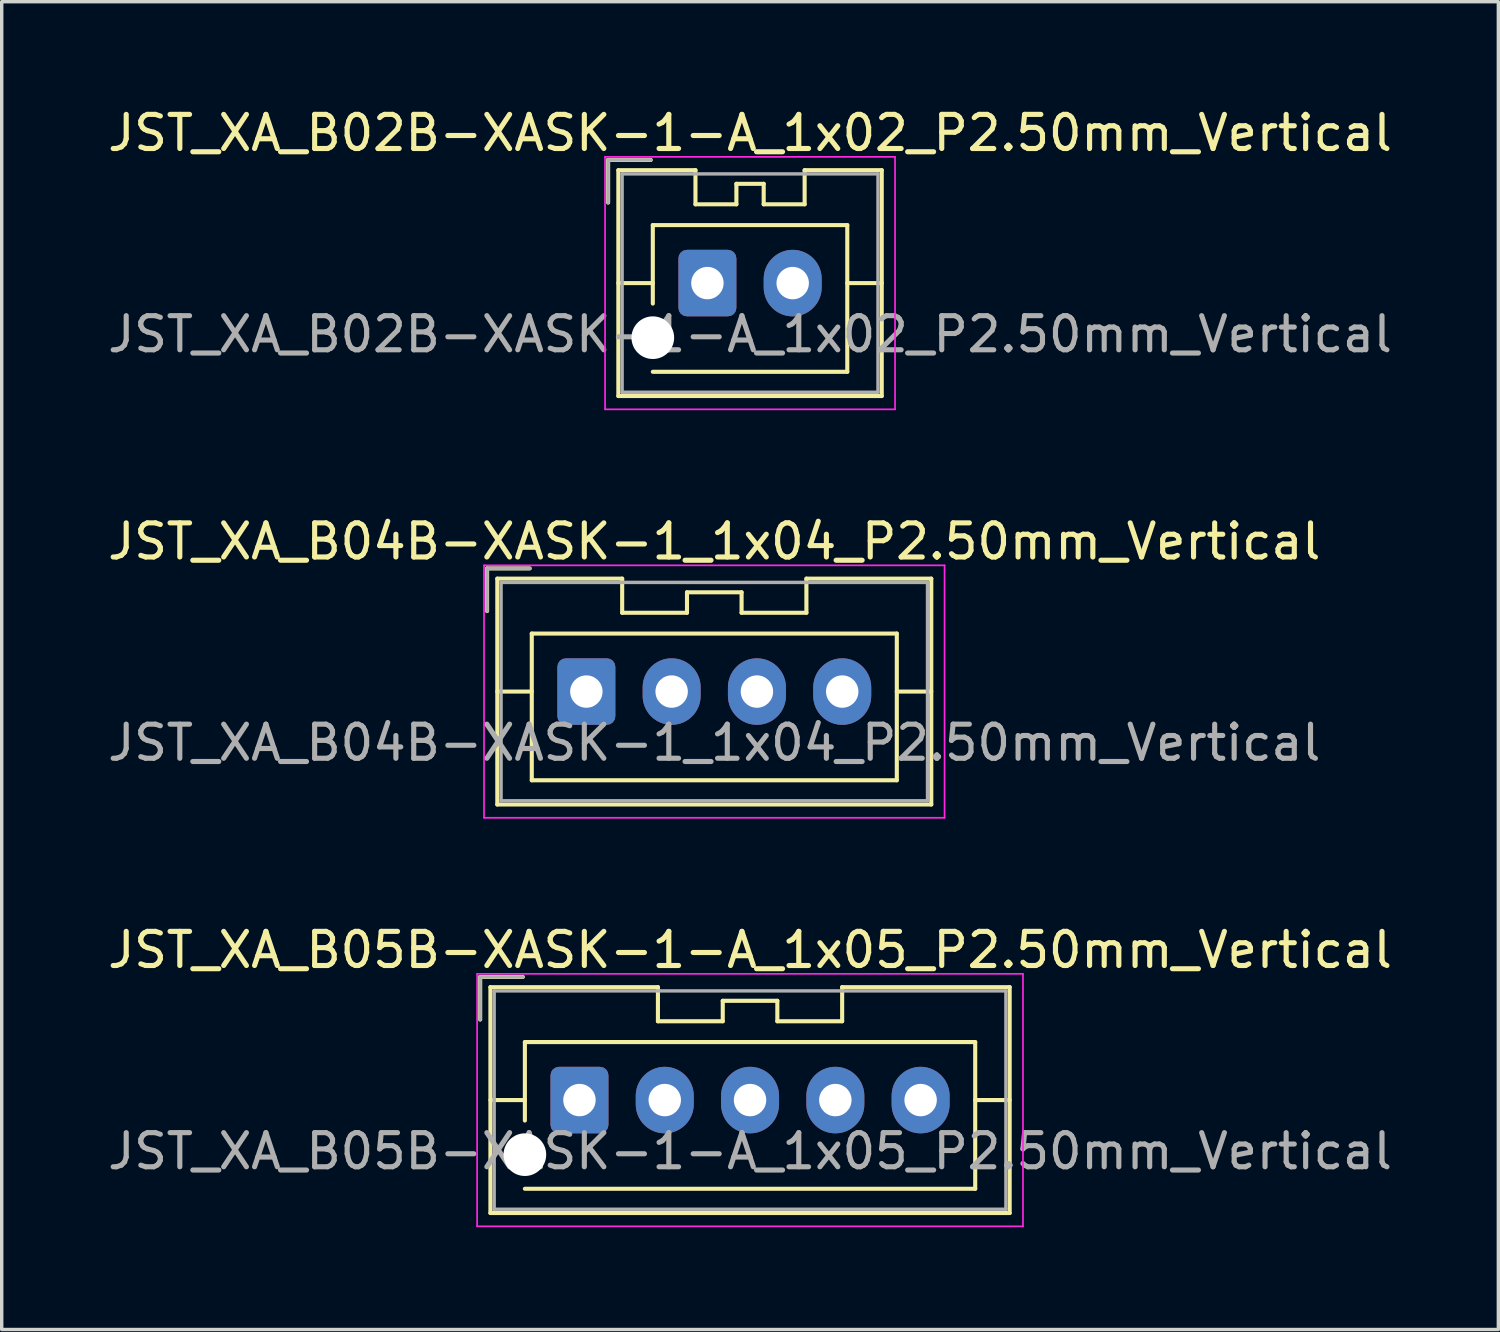
<source format=kicad_pcb>
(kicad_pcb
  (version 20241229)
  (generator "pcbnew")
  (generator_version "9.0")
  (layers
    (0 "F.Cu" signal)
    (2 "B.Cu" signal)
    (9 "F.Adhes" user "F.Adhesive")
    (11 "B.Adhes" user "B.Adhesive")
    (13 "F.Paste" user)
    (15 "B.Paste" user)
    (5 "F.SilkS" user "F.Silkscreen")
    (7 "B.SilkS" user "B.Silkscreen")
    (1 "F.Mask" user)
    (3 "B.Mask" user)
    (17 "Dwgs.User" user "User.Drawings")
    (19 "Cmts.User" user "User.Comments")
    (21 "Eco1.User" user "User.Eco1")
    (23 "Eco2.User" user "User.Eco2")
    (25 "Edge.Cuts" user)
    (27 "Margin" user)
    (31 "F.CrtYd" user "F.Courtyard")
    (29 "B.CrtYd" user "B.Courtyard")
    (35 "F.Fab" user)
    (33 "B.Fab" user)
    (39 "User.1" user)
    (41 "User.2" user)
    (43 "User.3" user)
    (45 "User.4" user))
  (footprint "JST_XA_B05B-XASK-1-A_1x05_P2.50mm_Vertical"
    (layer "F.Cu")
    (at 13.935 29.195)
    (property "Reference" "JST_XA_B05B-XASK-1-A_1x05_P2.50mm_Vertical" (at 5 -4.4 0) (layer "F.SilkS") (effects (font (size 1 1) (thickness 0.15))))
    (attr through_hole)
    (fp_line (start -2.91 -3.61) (end -2.91 -2.36) (stroke (width 0.12) (type solid)) (layer "F.SilkS"))
    (fp_line (start -2.61 -3.31) (end -2.61 3.31) (stroke (width 0.12) (type solid)) (layer "F.SilkS"))
    (fp_line (start -2.61 0) (end -1.6 0) (stroke (width 0.12) (type solid)) (layer "F.SilkS"))
    (fp_line (start -2.61 3.31) (end 12.61 3.31) (stroke (width 0.12) (type solid)) (layer "F.SilkS"))
    (fp_line (start -1.66 -3.61) (end -2.91 -3.61) (stroke (width 0.12) (type solid)) (layer "F.SilkS"))
    (fp_line (start -1.6 -1.7) (end 11.6 -1.7) (stroke (width 0.12) (type solid)) (layer "F.SilkS"))
    (fp_line (start -1.6 0.6) (end -1.6 -1.7) (stroke (width 0.12) (type solid)) (layer "F.SilkS"))
    (fp_line (start 2.3 -3.31) (end -2.61 -3.31) (stroke (width 0.12) (type solid)) (layer "F.SilkS"))
    (fp_line (start 2.3 -2.31) (end 2.3 -3.31) (stroke (width 0.12) (type solid)) (layer "F.SilkS"))
    (fp_line (start 4.2 -2.91) (end 4.2 -2.31) (stroke (width 0.12) (type solid)) (layer "F.SilkS"))
    (fp_line (start 4.2 -2.31) (end 2.3 -2.31) (stroke (width 0.12) (type solid)) (layer "F.SilkS"))
    (fp_line (start 5.8 -2.91) (end 4.2 -2.91) (stroke (width 0.12) (type solid)) (layer "F.SilkS"))
    (fp_line (start 5.8 -2.31) (end 5.8 -2.91) (stroke (width 0.12) (type solid)) (layer "F.SilkS"))
    (fp_line (start 7.7 -3.31) (end 7.7 -2.31) (stroke (width 0.12) (type solid)) (layer "F.SilkS"))
    (fp_line (start 7.7 -2.31) (end 5.8 -2.31) (stroke (width 0.12) (type solid)) (layer "F.SilkS"))
    (fp_line (start 11.6 -1.7) (end 11.6 2.6) (stroke (width 0.12) (type solid)) (layer "F.SilkS"))
    (fp_line (start 11.6 2.6) (end -1.6 2.6) (stroke (width 0.12) (type solid)) (layer "F.SilkS"))
    (fp_line (start 12.61 -3.31) (end 7.7 -3.31) (stroke (width 0.12) (type solid)) (layer "F.SilkS"))
    (fp_line (start 12.61 0) (end 11.6 0) (stroke (width 0.12) (type solid)) (layer "F.SilkS"))
    (fp_line (start 12.61 3.31) (end 12.61 -3.31) (stroke (width 0.12) (type solid)) (layer "F.SilkS"))
    (fp_line (start -3 -3.7) (end -3 3.7) (stroke (width 0.05) (type solid)) (layer "F.CrtYd"))
    (fp_line (start -3 3.7) (end 13 3.7) (stroke (width 0.05) (type solid)) (layer "F.CrtYd"))
    (fp_line (start 13 -3.7) (end -3 -3.7) (stroke (width 0.05) (type solid)) (layer "F.CrtYd"))
    (fp_line (start 13 3.7) (end 13 -3.7) (stroke (width 0.05) (type solid)) (layer "F.CrtYd"))
    (fp_line (start -2.91 -3.61) (end -2.91 -2.36) (stroke (width 0.1) (type solid)) (layer "F.Fab"))
    (fp_line (start -2.5 -3.2) (end -2.5 3.2) (stroke (width 0.1) (type solid)) (layer "F.Fab"))
    (fp_line (start -2.5 3.2) (end 12.5 3.2) (stroke (width 0.1) (type solid)) (layer "F.Fab"))
    (fp_line (start -1.66 -3.61) (end -2.91 -3.61) (stroke (width 0.1) (type solid)) (layer "F.Fab"))
    (fp_line (start 12.5 -3.2) (end -2.5 -3.2) (stroke (width 0.1) (type solid)) (layer "F.Fab"))
    (fp_line (start 12.5 3.2) (end 12.5 -3.2) (stroke (width 0.1) (type solid)) (layer "F.Fab"))
    (fp_text user "${REFERENCE}" (at 5 1.5 0) (layer "F.Fab") (effects (font (size 1 1) (thickness 0.15))))
    (pad "" np_thru_hole circle (at -1.6 1.6) (size 1.25 1.25) (drill 1.25) (layers "*.Cu" "*.Mask"))
    (pad "1" thru_hole roundrect (at 0 0) (size 1.7 1.95) (drill 0.95) (layers "*.Cu" "*.Mask") (roundrect_rratio 0.147))
    (pad "2" thru_hole oval (at 2.5 0) (size 1.7 1.95) (drill 0.95) (layers "*.Cu" "*.Mask"))
    (pad "3" thru_hole oval (at 5 0) (size 1.7 1.95) (drill 0.95) (layers "*.Cu" "*.Mask"))
    (pad "4" thru_hole oval (at 7.5 0) (size 1.7 1.95) (drill 0.95) (layers "*.Cu" "*.Mask"))
    (pad "5" thru_hole oval (at 10 0) (size 1.7 1.95) (drill 0.95) (layers "*.Cu" "*.Mask")))
  (footprint "JST_XA_B04B-XASK-1_1x04_P2.50mm_Vertical"
    (layer "F.Cu")
    (at 14.137 17.221)
    (property "Reference" "JST_XA_B04B-XASK-1_1x04_P2.50mm_Vertical" (at 3.75 -4.4 0) (layer "F.SilkS") (effects (font (size 1 1) (thickness 0.15))))
    (attr through_hole)
    (fp_line (start -2.91 -3.61) (end -2.91 -2.36) (stroke (width 0.12) (type solid)) (layer "F.SilkS"))
    (fp_line (start -2.61 -3.31) (end -2.61 3.31) (stroke (width 0.12) (type solid)) (layer "F.SilkS"))
    (fp_line (start -2.61 0) (end -1.6 0) (stroke (width 0.12) (type solid)) (layer "F.SilkS"))
    (fp_line (start -2.61 3.31) (end 10.11 3.31) (stroke (width 0.12) (type solid)) (layer "F.SilkS"))
    (fp_line (start -1.66 -3.61) (end -2.91 -3.61) (stroke (width 0.12) (type solid)) (layer "F.SilkS"))
    (fp_line (start -1.6 -1.7) (end -1.6 2.6) (stroke (width 0.12) (type solid)) (layer "F.SilkS"))
    (fp_line (start -1.6 2.6) (end 9.1 2.6) (stroke (width 0.12) (type solid)) (layer "F.SilkS"))
    (fp_line (start 1.05 -3.31) (end -2.61 -3.31) (stroke (width 0.12) (type solid)) (layer "F.SilkS"))
    (fp_line (start 1.05 -2.31) (end 1.05 -3.31) (stroke (width 0.12) (type solid)) (layer "F.SilkS"))
    (fp_line (start 2.95 -2.91) (end 2.95 -2.31) (stroke (width 0.12) (type solid)) (layer "F.SilkS"))
    (fp_line (start 2.95 -2.31) (end 1.05 -2.31) (stroke (width 0.12) (type solid)) (layer "F.SilkS"))
    (fp_line (start 4.55 -2.91) (end 2.95 -2.91) (stroke (width 0.12) (type solid)) (layer "F.SilkS"))
    (fp_line (start 4.55 -2.31) (end 4.55 -2.91) (stroke (width 0.12) (type solid)) (layer "F.SilkS"))
    (fp_line (start 6.45 -3.31) (end 6.45 -2.31) (stroke (width 0.12) (type solid)) (layer "F.SilkS"))
    (fp_line (start 6.45 -2.31) (end 4.55 -2.31) (stroke (width 0.12) (type solid)) (layer "F.SilkS"))
    (fp_line (start 9.1 -1.7) (end -1.6 -1.7) (stroke (width 0.12) (type solid)) (layer "F.SilkS"))
    (fp_line (start 9.1 2.6) (end 9.1 -1.7) (stroke (width 0.12) (type solid)) (layer "F.SilkS"))
    (fp_line (start 10.11 -3.31) (end 6.45 -3.31) (stroke (width 0.12) (type solid)) (layer "F.SilkS"))
    (fp_line (start 10.11 0) (end 9.1 0) (stroke (width 0.12) (type solid)) (layer "F.SilkS"))
    (fp_line (start 10.11 3.31) (end 10.11 -3.31) (stroke (width 0.12) (type solid)) (layer "F.SilkS"))
    (fp_line (start -3 -3.7) (end -3 3.7) (stroke (width 0.05) (type solid)) (layer "F.CrtYd"))
    (fp_line (start -3 3.7) (end 10.5 3.7) (stroke (width 0.05) (type solid)) (layer "F.CrtYd"))
    (fp_line (start 10.5 -3.7) (end -3 -3.7) (stroke (width 0.05) (type solid)) (layer "F.CrtYd"))
    (fp_line (start 10.5 3.7) (end 10.5 -3.7) (stroke (width 0.05) (type solid)) (layer "F.CrtYd"))
    (fp_line (start -2.91 -3.61) (end -2.91 -2.36) (stroke (width 0.1) (type solid)) (layer "F.Fab"))
    (fp_line (start -2.5 -3.2) (end -2.5 3.2) (stroke (width 0.1) (type solid)) (layer "F.Fab"))
    (fp_line (start -2.5 3.2) (end 10 3.2) (stroke (width 0.1) (type solid)) (layer "F.Fab"))
    (fp_line (start -1.66 -3.61) (end -2.91 -3.61) (stroke (width 0.1) (type solid)) (layer "F.Fab"))
    (fp_line (start 10 -3.2) (end -2.5 -3.2) (stroke (width 0.1) (type solid)) (layer "F.Fab"))
    (fp_line (start 10 3.2) (end 10 -3.2) (stroke (width 0.1) (type solid)) (layer "F.Fab"))
    (fp_text user "${REFERENCE}" (at 3.75 1.5 0) (layer "F.Fab") (effects (font (size 1 1) (thickness 0.15))))
    (pad "1" thru_hole roundrect (at 0 0) (size 1.7 1.95) (drill 0.95) (layers "*.Cu" "*.Mask") (roundrect_rratio 0.147))
    (pad "2" thru_hole oval (at 2.5 0) (size 1.7 1.95) (drill 0.95) (layers "*.Cu" "*.Mask"))
    (pad "3" thru_hole oval (at 5 0) (size 1.7 1.95) (drill 0.95) (layers "*.Cu" "*.Mask"))
    (pad "4" thru_hole oval (at 7.5 0) (size 1.7 1.95) (drill 0.95) (layers "*.Cu" "*.Mask")))
  (footprint "JST_XA_B02B-XASK-1-A_1x02_P2.50mm_Vertical"
    (layer "F.Cu")
    (at 17.685 5.248)
    (property "Reference" "JST_XA_B02B-XASK-1-A_1x02_P2.50mm_Vertical" (at 1.25 -4.4 0) (layer "F.SilkS") (effects (font (size 1 1) (thickness 0.15))))
    (attr through_hole)
    (fp_line (start -2.91 -3.61) (end -2.91 -2.36) (stroke (width 0.12) (type solid)) (layer "F.SilkS"))
    (fp_line (start -2.61 -3.31) (end -2.61 3.31) (stroke (width 0.12) (type solid)) (layer "F.SilkS"))
    (fp_line (start -2.61 0) (end -1.6 0) (stroke (width 0.12) (type solid)) (layer "F.SilkS"))
    (fp_line (start -2.61 3.31) (end 5.11 3.31) (stroke (width 0.12) (type solid)) (layer "F.SilkS"))
    (fp_line (start -1.66 -3.61) (end -2.91 -3.61) (stroke (width 0.12) (type solid)) (layer "F.SilkS"))
    (fp_line (start -1.6 -1.7) (end 4.1 -1.7) (stroke (width 0.12) (type solid)) (layer "F.SilkS"))
    (fp_line (start -1.6 0.6) (end -1.6 -1.7) (stroke (width 0.12) (type solid)) (layer "F.SilkS"))
    (fp_line (start -0.35 -3.31) (end -2.61 -3.31) (stroke (width 0.12) (type solid)) (layer "F.SilkS"))
    (fp_line (start -0.35 -2.31) (end -0.35 -3.31) (stroke (width 0.12) (type solid)) (layer "F.SilkS"))
    (fp_line (start 0.85 -2.91) (end 0.85 -2.31) (stroke (width 0.12) (type solid)) (layer "F.SilkS"))
    (fp_line (start 0.85 -2.31) (end -0.35 -2.31) (stroke (width 0.12) (type solid)) (layer "F.SilkS"))
    (fp_line (start 1.65 -2.91) (end 0.85 -2.91) (stroke (width 0.12) (type solid)) (layer "F.SilkS"))
    (fp_line (start 1.65 -2.31) (end 1.65 -2.91) (stroke (width 0.12) (type solid)) (layer "F.SilkS"))
    (fp_line (start 2.85 -3.31) (end 2.85 -2.31) (stroke (width 0.12) (type solid)) (layer "F.SilkS"))
    (fp_line (start 2.85 -2.31) (end 1.65 -2.31) (stroke (width 0.12) (type solid)) (layer "F.SilkS"))
    (fp_line (start 4.1 -1.7) (end 4.1 2.6) (stroke (width 0.12) (type solid)) (layer "F.SilkS"))
    (fp_line (start 4.1 2.6) (end -1.6 2.6) (stroke (width 0.12) (type solid)) (layer "F.SilkS"))
    (fp_line (start 5.11 -3.31) (end 2.85 -3.31) (stroke (width 0.12) (type solid)) (layer "F.SilkS"))
    (fp_line (start 5.11 0) (end 4.1 0) (stroke (width 0.12) (type solid)) (layer "F.SilkS"))
    (fp_line (start 5.11 3.31) (end 5.11 -3.31) (stroke (width 0.12) (type solid)) (layer "F.SilkS"))
    (fp_line (start -3 -3.7) (end -3 3.7) (stroke (width 0.05) (type solid)) (layer "F.CrtYd"))
    (fp_line (start -3 3.7) (end 5.5 3.7) (stroke (width 0.05) (type solid)) (layer "F.CrtYd"))
    (fp_line (start 5.5 -3.7) (end -3 -3.7) (stroke (width 0.05) (type solid)) (layer "F.CrtYd"))
    (fp_line (start 5.5 3.7) (end 5.5 -3.7) (stroke (width 0.05) (type solid)) (layer "F.CrtYd"))
    (fp_line (start -2.91 -3.61) (end -2.91 -2.36) (stroke (width 0.1) (type solid)) (layer "F.Fab"))
    (fp_line (start -2.5 -3.2) (end -2.5 3.2) (stroke (width 0.1) (type solid)) (layer "F.Fab"))
    (fp_line (start -2.5 3.2) (end 5 3.2) (stroke (width 0.1) (type solid)) (layer "F.Fab"))
    (fp_line (start -1.66 -3.61) (end -2.91 -3.61) (stroke (width 0.1) (type solid)) (layer "F.Fab"))
    (fp_line (start 5 -3.2) (end -2.5 -3.2) (stroke (width 0.1) (type solid)) (layer "F.Fab"))
    (fp_line (start 5 3.2) (end 5 -3.2) (stroke (width 0.1) (type solid)) (layer "F.Fab"))
    (fp_text user "${REFERENCE}" (at 1.25 1.5 0) (layer "F.Fab") (effects (font (size 1 1) (thickness 0.15))))
    (pad "" np_thru_hole circle (at -1.6 1.6) (size 1.25 1.25) (drill 1.25) (layers "*.Cu" "*.Mask"))
    (pad "1" thru_hole roundrect (at 0 0) (size 1.7 1.95) (drill 0.95) (layers "*.Cu" "*.Mask") (roundrect_rratio 0.147))
    (pad "2" thru_hole oval (at 2.5 0) (size 1.7 1.95) (drill 0.95) (layers "*.Cu" "*.Mask")))
  (gr_rect
    (start -3 -3)
    (end 40.869 35.92)
    (stroke (width 0.1) (type default))
    (fill no)
    (layer "Edge.Cuts")))
</source>
